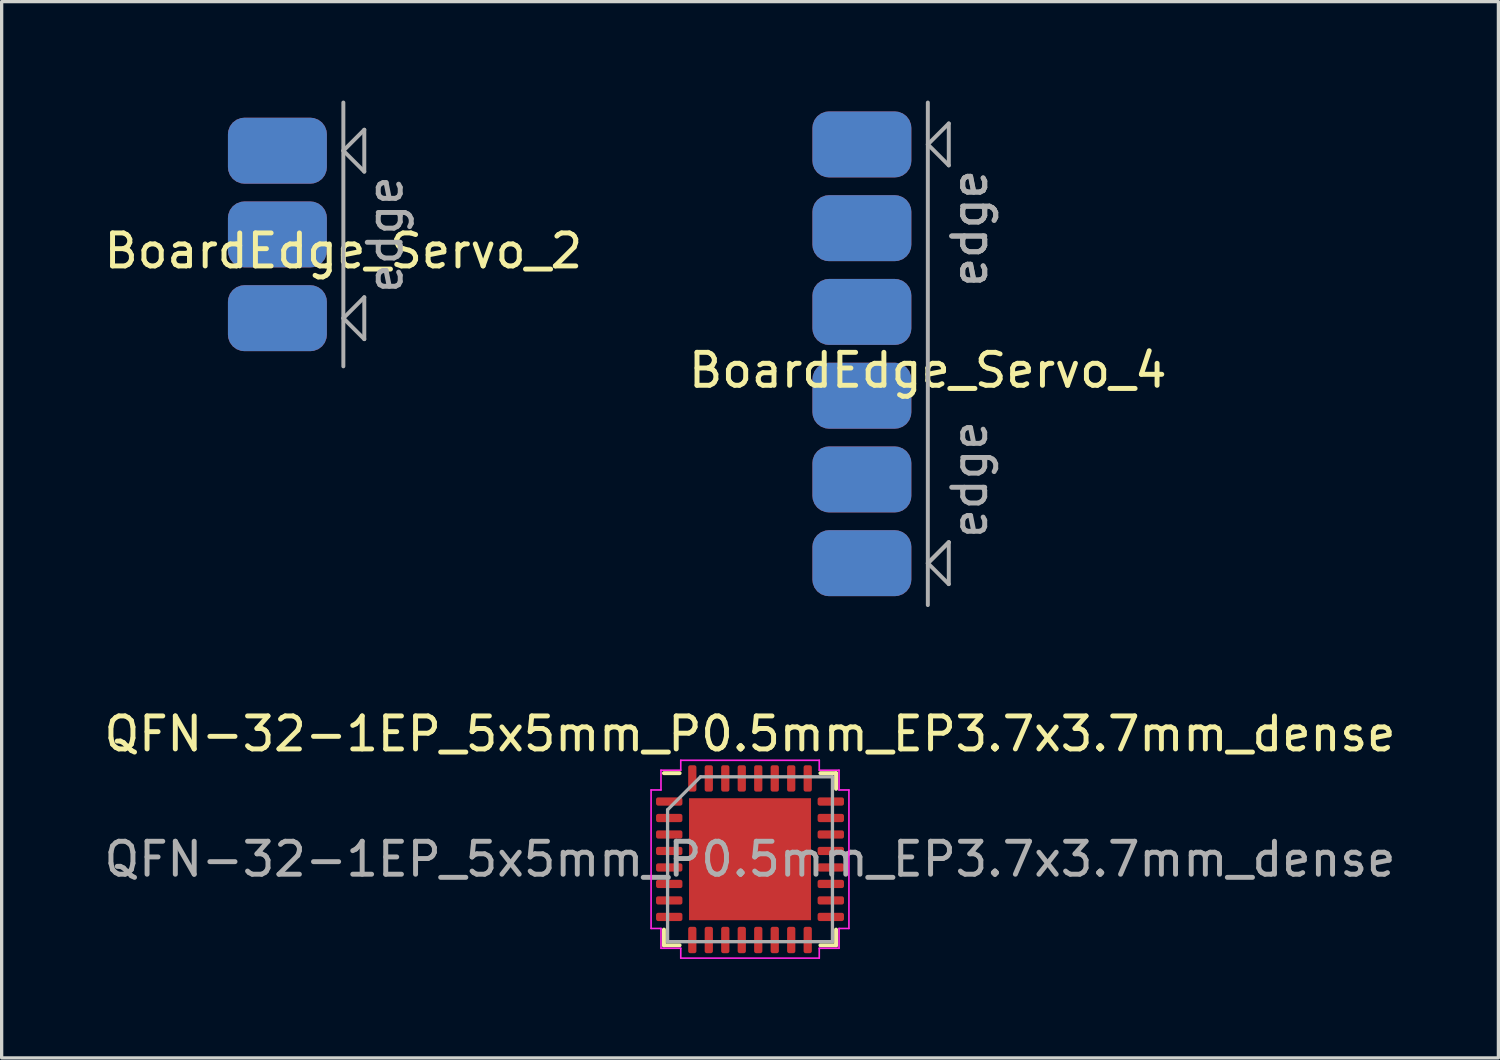
<source format=kicad_pcb>
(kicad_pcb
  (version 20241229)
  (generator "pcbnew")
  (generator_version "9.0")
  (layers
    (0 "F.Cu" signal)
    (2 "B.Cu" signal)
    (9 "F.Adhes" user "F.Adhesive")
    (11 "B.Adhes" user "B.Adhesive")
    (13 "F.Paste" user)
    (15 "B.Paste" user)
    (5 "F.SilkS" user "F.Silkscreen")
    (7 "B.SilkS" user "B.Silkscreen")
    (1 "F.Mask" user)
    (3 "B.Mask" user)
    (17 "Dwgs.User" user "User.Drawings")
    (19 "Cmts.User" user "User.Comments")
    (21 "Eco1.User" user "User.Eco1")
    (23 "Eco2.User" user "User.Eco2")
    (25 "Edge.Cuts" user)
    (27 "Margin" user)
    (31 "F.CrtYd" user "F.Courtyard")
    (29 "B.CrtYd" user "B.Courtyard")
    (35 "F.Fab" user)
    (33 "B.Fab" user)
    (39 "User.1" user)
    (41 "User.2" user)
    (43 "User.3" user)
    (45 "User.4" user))
  (footprint "BoardEdge_Servo_4"
    (layer "F.Cu")
    (at 25.089 7.68)
    (property "Reference" "BoardEdge_Servo_4" (at 0 0.5 0) (layer "F.SilkS") (effects (font (size 1 1) (thickness 0.15))))
    (attr exclude_from_pos_files exclude_from_bom)
    (fp_line (start 0 -7.62) (end 0 7.62) (stroke (width 0.12) (type solid)) (layer "F.Fab"))
    (fp_line (start 0 -6.35) (end 0.635 -6.985) (stroke (width 0.12) (type solid)) (layer "F.Fab"))
    (fp_line (start 0 6.35) (end 0.635 5.715) (stroke (width 0.12) (type solid)) (layer "F.Fab"))
    (fp_line (start 0 6.35) (end 0.635 6.985) (stroke (width 0.12) (type solid)) (layer "F.Fab"))
    (fp_line (start 0.635 -6.985) (end 0.635 -5.715) (stroke (width 0.12) (type solid)) (layer "F.Fab"))
    (fp_line (start 0.635 -5.715) (end 0 -6.35) (stroke (width 0.12) (type solid)) (layer "F.Fab"))
    (fp_line (start 0.635 5.715) (end 0 6.35) (stroke (width 0.12) (type solid)) (layer "F.Fab"))
    (fp_line (start 0.635 6.985) (end 0.635 5.715) (stroke (width 0.12) (type solid)) (layer "F.Fab"))
    (fp_text user "edge" (at 1.27 -3.81 90) (layer "F.Fab") (effects (font (size 1 1) (thickness 0.15))))
    (fp_text user "edge" (at 1.27 3.81 90) (layer "F.Fab") (effects (font (size 1 1) (thickness 0.15))))
    (fp_text user "edge" (at 1.27 -3.81 90) (layer "F.Fab") (effects (font (size 1 1) (thickness 0.15))))
    (pad "1" smd roundrect (at -2 -6.35) (size 3 2) (layers "F.Cu" "F.Mask") (roundrect_rratio 0.25))
    (pad "2" smd roundrect (at -2 -3.81) (size 3 2) (layers "F.Cu" "F.Mask") (roundrect_rratio 0.25))
    (pad "3" smd roundrect (at -2 -1.27) (size 3 2) (layers "F.Cu" "F.Mask") (roundrect_rratio 0.25))
    (pad "4" smd roundrect (at -2 1.27) (size 3 2) (layers "F.Cu" "F.Mask") (roundrect_rratio 0.25))
    (pad "5" smd roundrect (at -2 3.81) (size 3 2) (layers "F.Cu" "F.Mask") (roundrect_rratio 0.25))
    (pad "6" smd roundrect (at -2 6.35) (size 3 2) (layers "F.Cu" "F.Mask") (roundrect_rratio 0.25))
    (pad "7" smd roundrect (at -2 6.35) (size 3 2) (layers "B.Cu" "B.Mask") (roundrect_rratio 0.25))
    (pad "8" smd roundrect (at -2 3.81) (size 3 2) (layers "B.Cu" "B.Mask") (roundrect_rratio 0.25))
    (pad "9" smd roundrect (at -2 1.27) (size 3 2) (layers "B.Cu" "B.Mask") (roundrect_rratio 0.25))
    (pad "10" smd roundrect (at -2 -1.27) (size 3 2) (layers "B.Cu" "B.Mask") (roundrect_rratio 0.25))
    (pad "11" smd roundrect (at -2 -3.81) (size 3 2) (layers "B.Cu" "B.Mask") (roundrect_rratio 0.25))
    (pad "12" smd roundrect (at -2 -6.35) (size 3 2) (layers "B.Cu" "B.Mask") (roundrect_rratio 0.25)))
  (footprint "QFN-32-1EP_5x5mm_P0.5mm_EP3.7x3.7mm_dense"
    (layer "F.Cu")
    (at 19.696 23.008)
    (property "Reference" "QFN-32-1EP_5x5mm_P0.5mm_EP3.7x3.7mm_dense" (at 0 -3.8 0) (layer "F.SilkS") (effects (font (size 1 1) (thickness 0.15))))
    (attr smd)
    (fp_line (start -2.61 2.135) (end -2.61 2.61) (stroke (width 0.12) (type solid)) (layer "F.SilkS"))
    (fp_line (start -2.135 -2.61) (end -2.61 -2.61) (stroke (width 0.12) (type solid)) (layer "F.SilkS"))
    (fp_line (start -2.135 2.61) (end -2.61 2.61) (stroke (width 0.12) (type solid)) (layer "F.SilkS"))
    (fp_line (start 2.135 -2.61) (end 2.61 -2.61) (stroke (width 0.12) (type solid)) (layer "F.SilkS"))
    (fp_line (start 2.135 2.61) (end 2.61 2.61) (stroke (width 0.12) (type solid)) (layer "F.SilkS"))
    (fp_line (start 2.61 -2.61) (end 2.61 -2.135) (stroke (width 0.12) (type solid)) (layer "F.SilkS"))
    (fp_line (start 2.61 2.61) (end 2.61 2.135) (stroke (width 0.12) (type solid)) (layer "F.SilkS"))
    (fp_line (start -3 -2.1) (end -3 2.1) (stroke (width 0.05) (type solid)) (layer "F.CrtYd"))
    (fp_line (start -3 2.1) (end -2.7 2.1) (stroke (width 0.05) (type solid)) (layer "F.CrtYd"))
    (fp_line (start -2.7 -2.7) (end -2.7 -2.1) (stroke (width 0.05) (type solid)) (layer "F.CrtYd"))
    (fp_line (start -2.7 -2.1) (end -3 -2.1) (stroke (width 0.05) (type solid)) (layer "F.CrtYd"))
    (fp_line (start -2.7 2.1) (end -2.7 2.7) (stroke (width 0.05) (type solid)) (layer "F.CrtYd"))
    (fp_line (start -2.7 2.7) (end -2.1 2.7) (stroke (width 0.05) (type solid)) (layer "F.CrtYd"))
    (fp_line (start -2.1 -3) (end -2.1 -2.7) (stroke (width 0.05) (type solid)) (layer "F.CrtYd"))
    (fp_line (start -2.1 -2.7) (end -2.7 -2.7) (stroke (width 0.05) (type solid)) (layer "F.CrtYd"))
    (fp_line (start -2.1 2.7) (end -2.1 3) (stroke (width 0.05) (type solid)) (layer "F.CrtYd"))
    (fp_line (start -2.1 3) (end 2.1 3) (stroke (width 0.05) (type solid)) (layer "F.CrtYd"))
    (fp_line (start 2.1 -3) (end -2.1 -3) (stroke (width 0.05) (type solid)) (layer "F.CrtYd"))
    (fp_line (start 2.1 -2.7) (end 2.1 -3) (stroke (width 0.05) (type solid)) (layer "F.CrtYd"))
    (fp_line (start 2.1 2.7) (end 2.7 2.7) (stroke (width 0.05) (type solid)) (layer "F.CrtYd"))
    (fp_line (start 2.1 3) (end 2.1 2.7) (stroke (width 0.05) (type solid)) (layer "F.CrtYd"))
    (fp_line (start 2.7 -2.7) (end 2.1 -2.7) (stroke (width 0.05) (type solid)) (layer "F.CrtYd"))
    (fp_line (start 2.7 -2.1) (end 2.7 -2.7) (stroke (width 0.05) (type solid)) (layer "F.CrtYd"))
    (fp_line (start 2.7 2.1) (end 3 2.1) (stroke (width 0.05) (type solid)) (layer "F.CrtYd"))
    (fp_line (start 2.7 2.7) (end 2.7 2.1) (stroke (width 0.05) (type solid)) (layer "F.CrtYd"))
    (fp_line (start 3 -2.1) (end 2.7 -2.1) (stroke (width 0.05) (type solid)) (layer "F.CrtYd"))
    (fp_line (start 3 2.1) (end 3 -2.1) (stroke (width 0.05) (type solid)) (layer "F.CrtYd"))
    (fp_line (start -2.5 -1.5) (end -1.5 -2.5) (stroke (width 0.1) (type solid)) (layer "F.Fab"))
    (fp_line (start -2.5 2.5) (end -2.5 -1.5) (stroke (width 0.1) (type solid)) (layer "F.Fab"))
    (fp_line (start -1.5 -2.5) (end 2.5 -2.5) (stroke (width 0.1) (type solid)) (layer "F.Fab"))
    (fp_line (start 2.5 -2.5) (end 2.5 2.5) (stroke (width 0.1) (type solid)) (layer "F.Fab"))
    (fp_line (start 2.5 2.5) (end -2.5 2.5) (stroke (width 0.1) (type solid)) (layer "F.Fab"))
    (fp_text user "${REFERENCE}" (at 0 0 0) (layer "F.Fab") (effects (font (size 1 1) (thickness 0.15))))
    (pad "" smd roundrect (at -0.925 -0.925) (size 1.49 1.49) (layers "F.Paste") (roundrect_rratio 0.168))
    (pad "" smd roundrect (at -0.925 0.925) (size 1.49 1.49) (layers "F.Paste") (roundrect_rratio 0.168))
    (pad "" smd roundrect (at 0.925 -0.925) (size 1.49 1.49) (layers "F.Paste") (roundrect_rratio 0.168))
    (pad "" smd roundrect (at 0.925 0.925) (size 1.49 1.49) (layers "F.Paste") (roundrect_rratio 0.168))
    (pad "1" smd roundrect (at -2.45 -1.75) (size 0.8 0.25) (layers "F.Cu" "F.Mask" "F.Paste") (roundrect_rratio 0.25))
    (pad "2" smd roundrect (at -2.45 -1.25) (size 0.8 0.25) (layers "F.Cu" "F.Mask" "F.Paste") (roundrect_rratio 0.25))
    (pad "3" smd roundrect (at -2.45 -0.75) (size 0.8 0.25) (layers "F.Cu" "F.Mask" "F.Paste") (roundrect_rratio 0.25))
    (pad "4" smd roundrect (at -2.45 -0.25) (size 0.8 0.25) (layers "F.Cu" "F.Mask" "F.Paste") (roundrect_rratio 0.25))
    (pad "5" smd roundrect (at -2.45 0.25) (size 0.8 0.25) (layers "F.Cu" "F.Mask" "F.Paste") (roundrect_rratio 0.25))
    (pad "6" smd roundrect (at -2.45 0.75) (size 0.8 0.25) (layers "F.Cu" "F.Mask" "F.Paste") (roundrect_rratio 0.25))
    (pad "7" smd roundrect (at -2.45 1.25) (size 0.8 0.25) (layers "F.Cu" "F.Mask" "F.Paste") (roundrect_rratio 0.25))
    (pad "8" smd roundrect (at -2.45 1.75) (size 0.8 0.25) (layers "F.Cu" "F.Mask" "F.Paste") (roundrect_rratio 0.25))
    (pad "9" smd roundrect (at -1.75 2.45) (size 0.25 0.8) (layers "F.Cu" "F.Mask" "F.Paste") (roundrect_rratio 0.25))
    (pad "10" smd roundrect (at -1.25 2.45) (size 0.25 0.8) (layers "F.Cu" "F.Mask" "F.Paste") (roundrect_rratio 0.25))
    (pad "11" smd roundrect (at -0.75 2.45) (size 0.25 0.8) (layers "F.Cu" "F.Mask" "F.Paste") (roundrect_rratio 0.25))
    (pad "12" smd roundrect (at -0.25 2.45) (size 0.25 0.8) (layers "F.Cu" "F.Mask" "F.Paste") (roundrect_rratio 0.25))
    (pad "13" smd roundrect (at 0.25 2.45) (size 0.25 0.8) (layers "F.Cu" "F.Mask" "F.Paste") (roundrect_rratio 0.25))
    (pad "14" smd roundrect (at 0.75 2.45) (size 0.25 0.8) (layers "F.Cu" "F.Mask" "F.Paste") (roundrect_rratio 0.25))
    (pad "15" smd roundrect (at 1.25 2.45) (size 0.25 0.8) (layers "F.Cu" "F.Mask" "F.Paste") (roundrect_rratio 0.25))
    (pad "16" smd roundrect (at 1.75 2.45) (size 0.25 0.8) (layers "F.Cu" "F.Mask" "F.Paste") (roundrect_rratio 0.25))
    (pad "17" smd roundrect (at 2.45 1.75) (size 0.8 0.25) (layers "F.Cu" "F.Mask" "F.Paste") (roundrect_rratio 0.25))
    (pad "18" smd roundrect (at 2.45 1.25) (size 0.8 0.25) (layers "F.Cu" "F.Mask" "F.Paste") (roundrect_rratio 0.25))
    (pad "19" smd roundrect (at 2.45 0.75) (size 0.8 0.25) (layers "F.Cu" "F.Mask" "F.Paste") (roundrect_rratio 0.25))
    (pad "20" smd roundrect (at 2.45 0.25) (size 0.8 0.25) (layers "F.Cu" "F.Mask" "F.Paste") (roundrect_rratio 0.25))
    (pad "21" smd roundrect (at 2.45 -0.25) (size 0.8 0.25) (layers "F.Cu" "F.Mask" "F.Paste") (roundrect_rratio 0.25))
    (pad "22" smd roundrect (at 2.45 -0.75) (size 0.8 0.25) (layers "F.Cu" "F.Mask" "F.Paste") (roundrect_rratio 0.25))
    (pad "23" smd roundrect (at 2.45 -1.25) (size 0.8 0.25) (layers "F.Cu" "F.Mask" "F.Paste") (roundrect_rratio 0.25))
    (pad "24" smd roundrect (at 2.45 -1.75) (size 0.8 0.25) (layers "F.Cu" "F.Mask" "F.Paste") (roundrect_rratio 0.25))
    (pad "25" smd roundrect (at 1.75 -2.45) (size 0.25 0.8) (layers "F.Cu" "F.Mask" "F.Paste") (roundrect_rratio 0.25))
    (pad "26" smd roundrect (at 1.25 -2.45) (size 0.25 0.8) (layers "F.Cu" "F.Mask" "F.Paste") (roundrect_rratio 0.25))
    (pad "27" smd roundrect (at 0.75 -2.45) (size 0.25 0.8) (layers "F.Cu" "F.Mask" "F.Paste") (roundrect_rratio 0.25))
    (pad "28" smd roundrect (at 0.25 -2.45) (size 0.25 0.8) (layers "F.Cu" "F.Mask" "F.Paste") (roundrect_rratio 0.25))
    (pad "29" smd roundrect (at -0.25 -2.45) (size 0.25 0.8) (layers "F.Cu" "F.Mask" "F.Paste") (roundrect_rratio 0.25))
    (pad "30" smd roundrect (at -0.75 -2.45) (size 0.25 0.8) (layers "F.Cu" "F.Mask" "F.Paste") (roundrect_rratio 0.25))
    (pad "31" smd roundrect (at -1.25 -2.45) (size 0.25 0.8) (layers "F.Cu" "F.Mask" "F.Paste") (roundrect_rratio 0.25))
    (pad "32" smd roundrect (at -1.75 -2.45) (size 0.25 0.8) (layers "F.Cu" "F.Mask" "F.Paste") (roundrect_rratio 0.25))
    (pad "33" smd rect (at 0 0) (size 3.7 3.7) (layers "F.Cu" "F.Mask")))
  (footprint "BoardEdge_Servo_2"
    (layer "F.Cu")
    (at 7.363 4.06)
    (property "Reference" "BoardEdge_Servo_2" (at 0 0.5 0) (layer "F.SilkS") (effects (font (size 1 1) (thickness 0.15))))
    (attr exclude_from_pos_files exclude_from_bom)
    (fp_line (start 0 -4) (end 0 4) (stroke (width 0.12) (type solid)) (layer "F.Fab"))
    (fp_line (start 0 -2.54) (end 0.635 -3.175) (stroke (width 0.12) (type solid)) (layer "F.Fab"))
    (fp_line (start 0 2.54) (end 0.635 1.905) (stroke (width 0.12) (type solid)) (layer "F.Fab"))
    (fp_line (start 0.635 -3.175) (end 0.635 -1.905) (stroke (width 0.12) (type solid)) (layer "F.Fab"))
    (fp_line (start 0.635 -1.905) (end 0 -2.54) (stroke (width 0.12) (type solid)) (layer "F.Fab"))
    (fp_line (start 0.635 1.905) (end 0.635 3.175) (stroke (width 0.12) (type solid)) (layer "F.Fab"))
    (fp_line (start 0.635 3.175) (end 0 2.54) (stroke (width 0.12) (type solid)) (layer "F.Fab"))
    (fp_text user "edge" (at 1.27 0 90) (layer "F.Fab") (effects (font (size 1 1) (thickness 0.15))))
    (pad "1" smd roundrect (at -2 -2.54) (size 3 2) (layers "F.Cu" "F.Mask" "F.Paste") (roundrect_rratio 0.25))
    (pad "2" smd roundrect (at -2 0) (size 3 2) (layers "F.Cu" "F.Mask" "F.Paste") (roundrect_rratio 0.25))
    (pad "3" smd roundrect (at -2 2.54) (size 3 2) (layers "F.Cu" "F.Mask" "F.Paste") (roundrect_rratio 0.25))
    (pad "4" smd roundrect (at -2 2.54) (size 3 2) (layers "B.Cu" "B.Mask" "B.Paste") (roundrect_rratio 0.25))
    (pad "5" smd roundrect (at -2 0) (size 3 2) (layers "B.Cu" "B.Mask" "B.Paste") (roundrect_rratio 0.25))
    (pad "6" smd roundrect (at -2 -2.54) (size 3 2) (layers "B.Cu" "B.Mask" "B.Paste") (roundrect_rratio 0.25)))
  (gr_rect
    (start -3 -3)
    (end 42.393 29.033)
    (stroke (width 0.1) (type default))
    (fill no)
    (layer "Edge.Cuts")))
</source>
